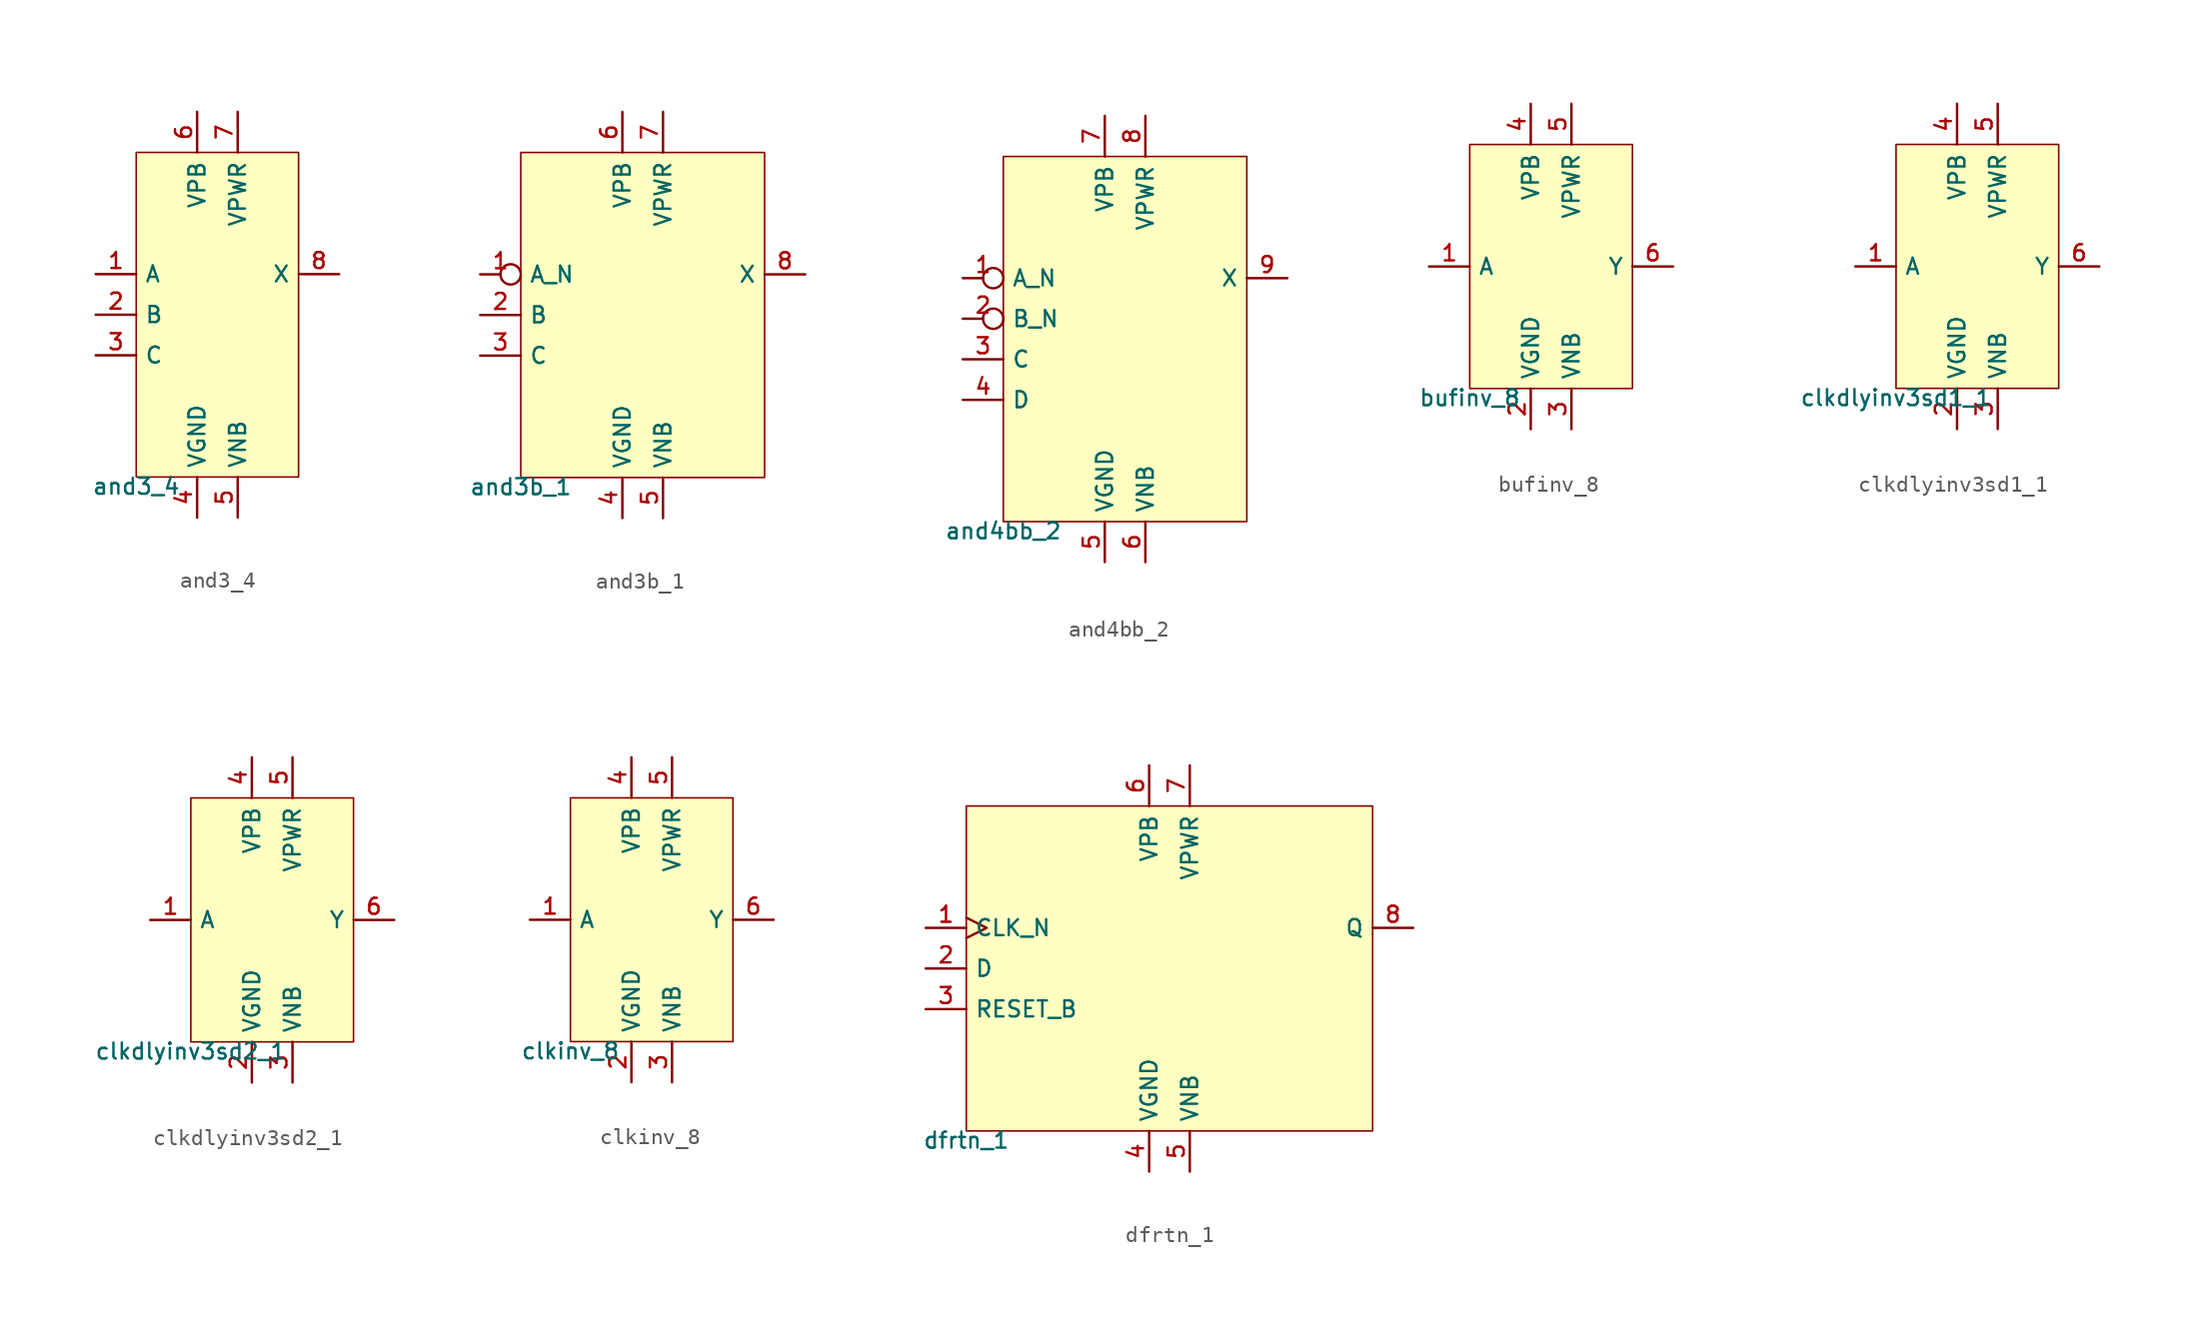
<source format=kicad_sym>
(kicad_symbol_lib
  (version 20211014)
  (generator pdk2kicad)
  (symbol "and3_4"
    (property "Reference" "X"
      (at 0 0 0)
      (effects (font (size 1 1)) hide))
    (property "Value" "and3_4"
      (at -5.08 -10.16 0)
      (effects (font (size 1 1)) (justify top)))
    (rectangle
      (start -5.08 -10.16)
      (end 5.08 10.16)
      (stroke (width 0.1) (type solid) (color 0 0 0 0))
      (fill (type background)))
    (pin input line
      (at -7.62 2.54 0)
      (length 2.54)
      (name "A" (effects (font (size 1 1)) hide))
      (number "1" (effects (font (size 1 1)) hide)))
    (pin input line
      (at -7.62 0.0 0)
      (length 2.54)
      (name "B" (effects (font (size 1 1)) hide))
      (number "2" (effects (font (size 1 1)) hide)))
    (pin input line
      (at -7.62 -2.54 0)
      (length 2.54)
      (name "C" (effects (font (size 1 1)) hide))
      (number "3" (effects (font (size 1 1)) hide)))
    (pin power_in line
      (at -1.27 -12.7 90)
      (length 2.54)
      (name "VGND" (effects (font (size 1 1)) hide))
      (number "4" (effects (font (size 1 1)) hide)))
    (pin power_in line
      (at 1.27 -12.7 90)
      (length 2.54)
      (name "VNB" (effects (font (size 1 1)) hide))
      (number "5" (effects (font (size 1 1)) hide)))
    (pin power_in line
      (at -1.27 12.7 270)
      (length 2.54)
      (name "VPB" (effects (font (size 1 1)) hide))
      (number "6" (effects (font (size 1 1)) hide)))
    (pin power_in line
      (at 1.27 12.7 270)
      (length 2.54)
      (name "VPWR" (effects (font (size 1 1)) hide))
      (number "7" (effects (font (size 1 1)) hide)))
    (pin output line
      (at 7.62 2.54 180)
      (length 2.54)
      (name "X" (effects (font (size 1 1)) hide))
      (number "8" (effects (font (size 1 1)) hide))))
  (symbol "and3b_1"
    (property "Reference" "X"
      (at 0 0 0)
      (effects (font (size 1 1)) hide))
    (property "Value" "and3b_1"
      (at -7.62 -10.16 0)
      (effects (font (size 1 1)) (justify top)))
    (rectangle
      (start -7.62 -10.16)
      (end 7.62 10.16)
      (stroke (width 0.1) (type solid) (color 0 0 0 0))
      (fill (type background)))
    (pin input inverted
      (at -10.16 2.54 0)
      (length 2.54)
      (name "A_N" (effects (font (size 1 1)) hide))
      (number "1" (effects (font (size 1 1)) hide)))
    (pin input line
      (at -10.16 0.0 0)
      (length 2.54)
      (name "B" (effects (font (size 1 1)) hide))
      (number "2" (effects (font (size 1 1)) hide)))
    (pin input line
      (at -10.16 -2.54 0)
      (length 2.54)
      (name "C" (effects (font (size 1 1)) hide))
      (number "3" (effects (font (size 1 1)) hide)))
    (pin power_in line
      (at -1.27 -12.7 90)
      (length 2.54)
      (name "VGND" (effects (font (size 1 1)) hide))
      (number "4" (effects (font (size 1 1)) hide)))
    (pin power_in line
      (at 1.27 -12.7 90)
      (length 2.54)
      (name "VNB" (effects (font (size 1 1)) hide))
      (number "5" (effects (font (size 1 1)) hide)))
    (pin power_in line
      (at -1.27 12.7 270)
      (length 2.54)
      (name "VPB" (effects (font (size 1 1)) hide))
      (number "6" (effects (font (size 1 1)) hide)))
    (pin power_in line
      (at 1.27 12.7 270)
      (length 2.54)
      (name "VPWR" (effects (font (size 1 1)) hide))
      (number "7" (effects (font (size 1 1)) hide)))
    (pin output line
      (at 10.16 2.54 180)
      (length 2.54)
      (name "X" (effects (font (size 1 1)) hide))
      (number "8" (effects (font (size 1 1)) hide))))
  (symbol "and4bb_2"
    (property "Reference" "X"
      (at 0 0 0)
      (effects (font (size 1 1)) hide))
    (property "Value" "and4bb_2"
      (at -7.62 -11.43 0)
      (effects (font (size 1 1)) (justify top)))
    (rectangle
      (start -7.62 -11.43)
      (end 7.62 11.43)
      (stroke (width 0.1) (type solid) (color 0 0 0 0))
      (fill (type background)))
    (pin input inverted
      (at -10.16 3.81 0)
      (length 2.54)
      (name "A_N" (effects (font (size 1 1)) hide))
      (number "1" (effects (font (size 1 1)) hide)))
    (pin input inverted
      (at -10.16 1.27 0)
      (length 2.54)
      (name "B_N" (effects (font (size 1 1)) hide))
      (number "2" (effects (font (size 1 1)) hide)))
    (pin input line
      (at -10.16 -1.27 0)
      (length 2.54)
      (name "C" (effects (font (size 1 1)) hide))
      (number "3" (effects (font (size 1 1)) hide)))
    (pin input line
      (at -10.16 -3.81 0)
      (length 2.54)
      (name "D" (effects (font (size 1 1)) hide))
      (number "4" (effects (font (size 1 1)) hide)))
    (pin power_in line
      (at -1.27 -13.97 90)
      (length 2.54)
      (name "VGND" (effects (font (size 1 1)) hide))
      (number "5" (effects (font (size 1 1)) hide)))
    (pin power_in line
      (at 1.27 -13.97 90)
      (length 2.54)
      (name "VNB" (effects (font (size 1 1)) hide))
      (number "6" (effects (font (size 1 1)) hide)))
    (pin power_in line
      (at -1.27 13.97 270)
      (length 2.54)
      (name "VPB" (effects (font (size 1 1)) hide))
      (number "7" (effects (font (size 1 1)) hide)))
    (pin power_in line
      (at 1.27 13.97 270)
      (length 2.54)
      (name "VPWR" (effects (font (size 1 1)) hide))
      (number "8" (effects (font (size 1 1)) hide)))
    (pin output line
      (at 10.16 3.81 180)
      (length 2.54)
      (name "X" (effects (font (size 1 1)) hide))
      (number "9" (effects (font (size 1 1)) hide))))
  (symbol "bufinv_8"
    (property "Reference" "X"
      (at 0 0 0)
      (effects (font (size 1 1)) hide))
    (property "Value" "bufinv_8"
      (at -5.08 -7.62 0)
      (effects (font (size 1 1)) (justify top)))
    (rectangle
      (start -5.08 -7.62)
      (end 5.08 7.62)
      (stroke (width 0.1) (type solid) (color 0 0 0 0))
      (fill (type background)))
    (pin input line
      (at -7.62 0.0 0)
      (length 2.54)
      (name "A" (effects (font (size 1 1)) hide))
      (number "1" (effects (font (size 1 1)) hide)))
    (pin power_in line
      (at -1.27 -10.16 90)
      (length 2.54)
      (name "VGND" (effects (font (size 1 1)) hide))
      (number "2" (effects (font (size 1 1)) hide)))
    (pin power_in line
      (at 1.27 -10.16 90)
      (length 2.54)
      (name "VNB" (effects (font (size 1 1)) hide))
      (number "3" (effects (font (size 1 1)) hide)))
    (pin power_in line
      (at -1.27 10.16 270)
      (length 2.54)
      (name "VPB" (effects (font (size 1 1)) hide))
      (number "4" (effects (font (size 1 1)) hide)))
    (pin power_in line
      (at 1.27 10.16 270)
      (length 2.54)
      (name "VPWR" (effects (font (size 1 1)) hide))
      (number "5" (effects (font (size 1 1)) hide)))
    (pin output line
      (at 7.62 0.0 180)
      (length 2.54)
      (name "Y" (effects (font (size 1 1)) hide))
      (number "6" (effects (font (size 1 1)) hide))))
  (symbol "clkdlyinv3sd1_1"
    (property "Reference" "X"
      (at 0 0 0)
      (effects (font (size 1 1)) hide))
    (property "Value" "clkdlyinv3sd1_1"
      (at -5.08 -7.62 0)
      (effects (font (size 1 1)) (justify top)))
    (rectangle
      (start -5.08 -7.62)
      (end 5.08 7.62)
      (stroke (width 0.1) (type solid) (color 0 0 0 0))
      (fill (type background)))
    (pin input line
      (at -7.62 0.0 0)
      (length 2.54)
      (name "A" (effects (font (size 1 1)) hide))
      (number "1" (effects (font (size 1 1)) hide)))
    (pin power_in line
      (at -1.27 -10.16 90)
      (length 2.54)
      (name "VGND" (effects (font (size 1 1)) hide))
      (number "2" (effects (font (size 1 1)) hide)))
    (pin power_in line
      (at 1.27 -10.16 90)
      (length 2.54)
      (name "VNB" (effects (font (size 1 1)) hide))
      (number "3" (effects (font (size 1 1)) hide)))
    (pin power_in line
      (at -1.27 10.16 270)
      (length 2.54)
      (name "VPB" (effects (font (size 1 1)) hide))
      (number "4" (effects (font (size 1 1)) hide)))
    (pin power_in line
      (at 1.27 10.16 270)
      (length 2.54)
      (name "VPWR" (effects (font (size 1 1)) hide))
      (number "5" (effects (font (size 1 1)) hide)))
    (pin output line
      (at 7.62 0.0 180)
      (length 2.54)
      (name "Y" (effects (font (size 1 1)) hide))
      (number "6" (effects (font (size 1 1)) hide))))
  (symbol "clkdlyinv3sd2_1"
    (property "Reference" "X"
      (at 0 0 0)
      (effects (font (size 1 1)) hide))
    (property "Value" "clkdlyinv3sd2_1"
      (at -5.08 -7.62 0)
      (effects (font (size 1 1)) (justify top)))
    (rectangle
      (start -5.08 -7.62)
      (end 5.08 7.62)
      (stroke (width 0.1) (type solid) (color 0 0 0 0))
      (fill (type background)))
    (pin input line
      (at -7.62 0.0 0)
      (length 2.54)
      (name "A" (effects (font (size 1 1)) hide))
      (number "1" (effects (font (size 1 1)) hide)))
    (pin power_in line
      (at -1.27 -10.16 90)
      (length 2.54)
      (name "VGND" (effects (font (size 1 1)) hide))
      (number "2" (effects (font (size 1 1)) hide)))
    (pin power_in line
      (at 1.27 -10.16 90)
      (length 2.54)
      (name "VNB" (effects (font (size 1 1)) hide))
      (number "3" (effects (font (size 1 1)) hide)))
    (pin power_in line
      (at -1.27 10.16 270)
      (length 2.54)
      (name "VPB" (effects (font (size 1 1)) hide))
      (number "4" (effects (font (size 1 1)) hide)))
    (pin power_in line
      (at 1.27 10.16 270)
      (length 2.54)
      (name "VPWR" (effects (font (size 1 1)) hide))
      (number "5" (effects (font (size 1 1)) hide)))
    (pin output line
      (at 7.62 0.0 180)
      (length 2.54)
      (name "Y" (effects (font (size 1 1)) hide))
      (number "6" (effects (font (size 1 1)) hide))))
  (symbol "clkinv_8"
    (property "Reference" "X"
      (at 0 0 0)
      (effects (font (size 1 1)) hide))
    (property "Value" "clkinv_8"
      (at -5.08 -7.62 0)
      (effects (font (size 1 1)) (justify top)))
    (rectangle
      (start -5.08 -7.62)
      (end 5.08 7.62)
      (stroke (width 0.1) (type solid) (color 0 0 0 0))
      (fill (type background)))
    (pin input line
      (at -7.62 0.0 0)
      (length 2.54)
      (name "A" (effects (font (size 1 1)) hide))
      (number "1" (effects (font (size 1 1)) hide)))
    (pin power_in line
      (at -1.27 -10.16 90)
      (length 2.54)
      (name "VGND" (effects (font (size 1 1)) hide))
      (number "2" (effects (font (size 1 1)) hide)))
    (pin power_in line
      (at 1.27 -10.16 90)
      (length 2.54)
      (name "VNB" (effects (font (size 1 1)) hide))
      (number "3" (effects (font (size 1 1)) hide)))
    (pin power_in line
      (at -1.27 10.16 270)
      (length 2.54)
      (name "VPB" (effects (font (size 1 1)) hide))
      (number "4" (effects (font (size 1 1)) hide)))
    (pin power_in line
      (at 1.27 10.16 270)
      (length 2.54)
      (name "VPWR" (effects (font (size 1 1)) hide))
      (number "5" (effects (font (size 1 1)) hide)))
    (pin output line
      (at 7.62 0.0 180)
      (length 2.54)
      (name "Y" (effects (font (size 1 1)) hide))
      (number "6" (effects (font (size 1 1)) hide))))
  (symbol "dfrtn_1"
    (property "Reference" "X"
      (at 0 0 0)
      (effects (font (size 1 1)) hide))
    (property "Value" "dfrtn_1"
      (at -12.7 -10.16 0)
      (effects (font (size 1 1)) (justify top)))
    (rectangle
      (start -12.7 -10.16)
      (end 12.7 10.16)
      (stroke (width 0.1) (type solid) (color 0 0 0 0))
      (fill (type background)))
    (pin input clock
      (at -15.24 2.54 0)
      (length 2.54)
      (name "CLK_N" (effects (font (size 1 1)) hide))
      (number "1" (effects (font (size 1 1)) hide)))
    (pin input line
      (at -15.24 0.0 0)
      (length 2.54)
      (name "D" (effects (font (size 1 1)) hide))
      (number "2" (effects (font (size 1 1)) hide)))
    (pin input line
      (at -15.24 -2.54 0)
      (length 2.54)
      (name "RESET_B" (effects (font (size 1 1)) hide))
      (number "3" (effects (font (size 1 1)) hide)))
    (pin power_in line
      (at -1.27 -12.7 90)
      (length 2.54)
      (name "VGND" (effects (font (size 1 1)) hide))
      (number "4" (effects (font (size 1 1)) hide)))
    (pin power_in line
      (at 1.27 -12.7 90)
      (length 2.54)
      (name "VNB" (effects (font (size 1 1)) hide))
      (number "5" (effects (font (size 1 1)) hide)))
    (pin power_in line
      (at -1.27 12.7 270)
      (length 2.54)
      (name "VPB" (effects (font (size 1 1)) hide))
      (number "6" (effects (font (size 1 1)) hide)))
    (pin power_in line
      (at 1.27 12.7 270)
      (length 2.54)
      (name "VPWR" (effects (font (size 1 1)) hide))
      (number "7" (effects (font (size 1 1)) hide)))
    (pin output line
      (at 15.24 2.54 180)
      (length 2.54)
      (name "Q" (effects (font (size 1 1)) hide))
      (number "8" (effects (font (size 1 1)) hide)))))
</source>
